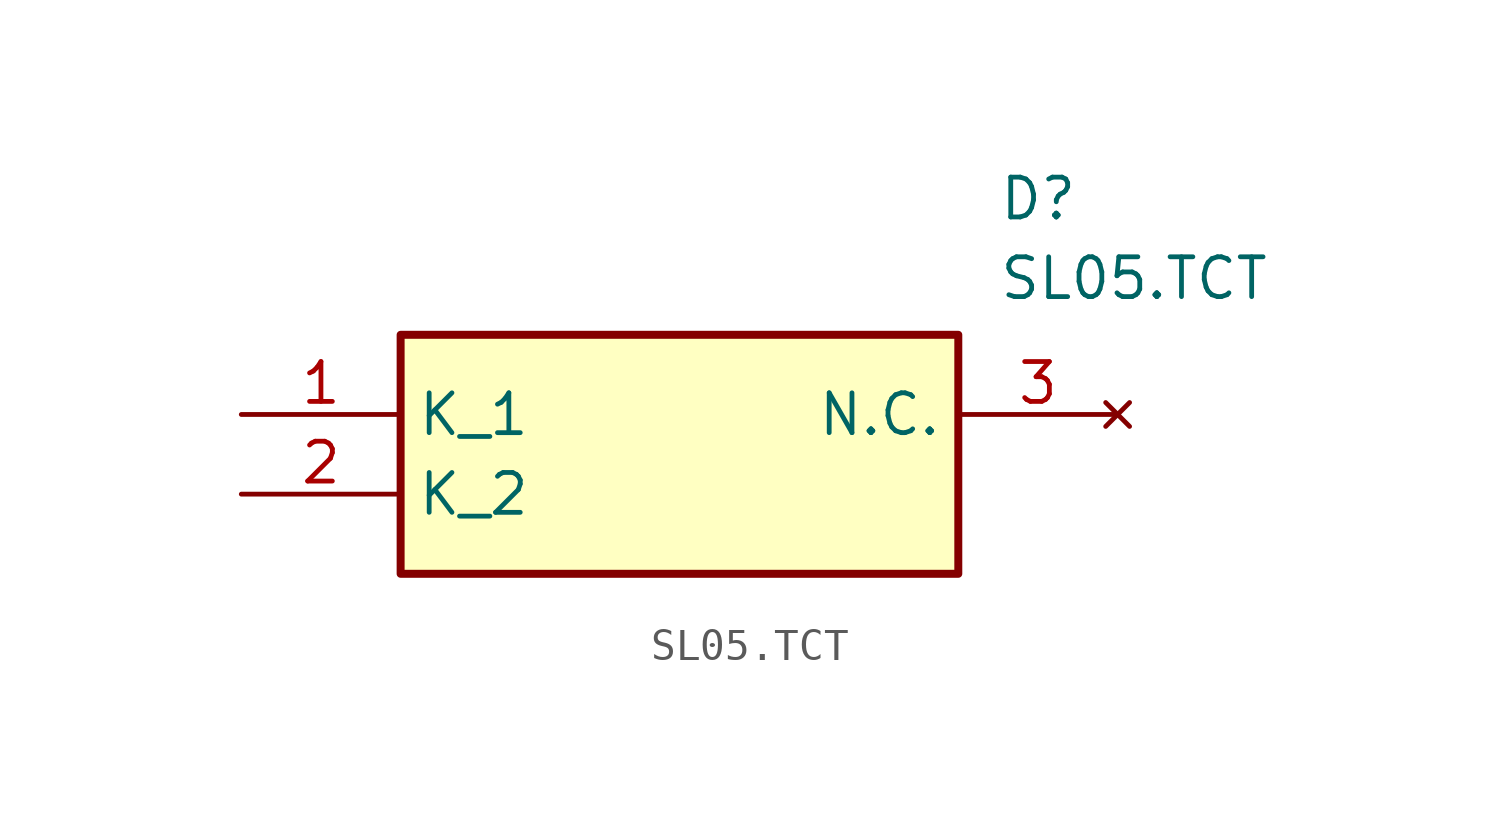
<source format=kicad_sym>
(kicad_symbol_lib
  (version 20211014)
  (generator SamacSys_ECAD_Model)
  (symbol "SL05.TCT"
    (property "Reference" "D"
      (at 24.13 7.62 0)
      (effects (font (size 1.27 1.27)) (justify left top)))
    (property "Value" "SL05.TCT"
      (at 24.13 5.08 0)
      (effects (font (size 1.27 1.27)) (justify left top)))
    (rectangle
      (start 5.08 2.54)
      (end 22.86 -5.08)
      (stroke (width 0.254) (type default))
      (fill (type background)))
    (pin passive line
      (at 0 0 0)
      (length 5.08)
      (name "K_1" (effects (font (size 1.27 1.27))))
      (number "1" (effects (font (size 1.27 1.27)))))
    (pin passive line
      (at 0 -2.54 0)
      (length 5.08)
      (name "K_2" (effects (font (size 1.27 1.27))))
      (number "2" (effects (font (size 1.27 1.27)))))
    (pin no_connect line
      (at 27.94 0 180)
      (length 5.08)
      (name "N.C." (effects (font (size 1.27 1.27))))
      (number "3" (effects (font (size 1.27 1.27)))))))
</source>
